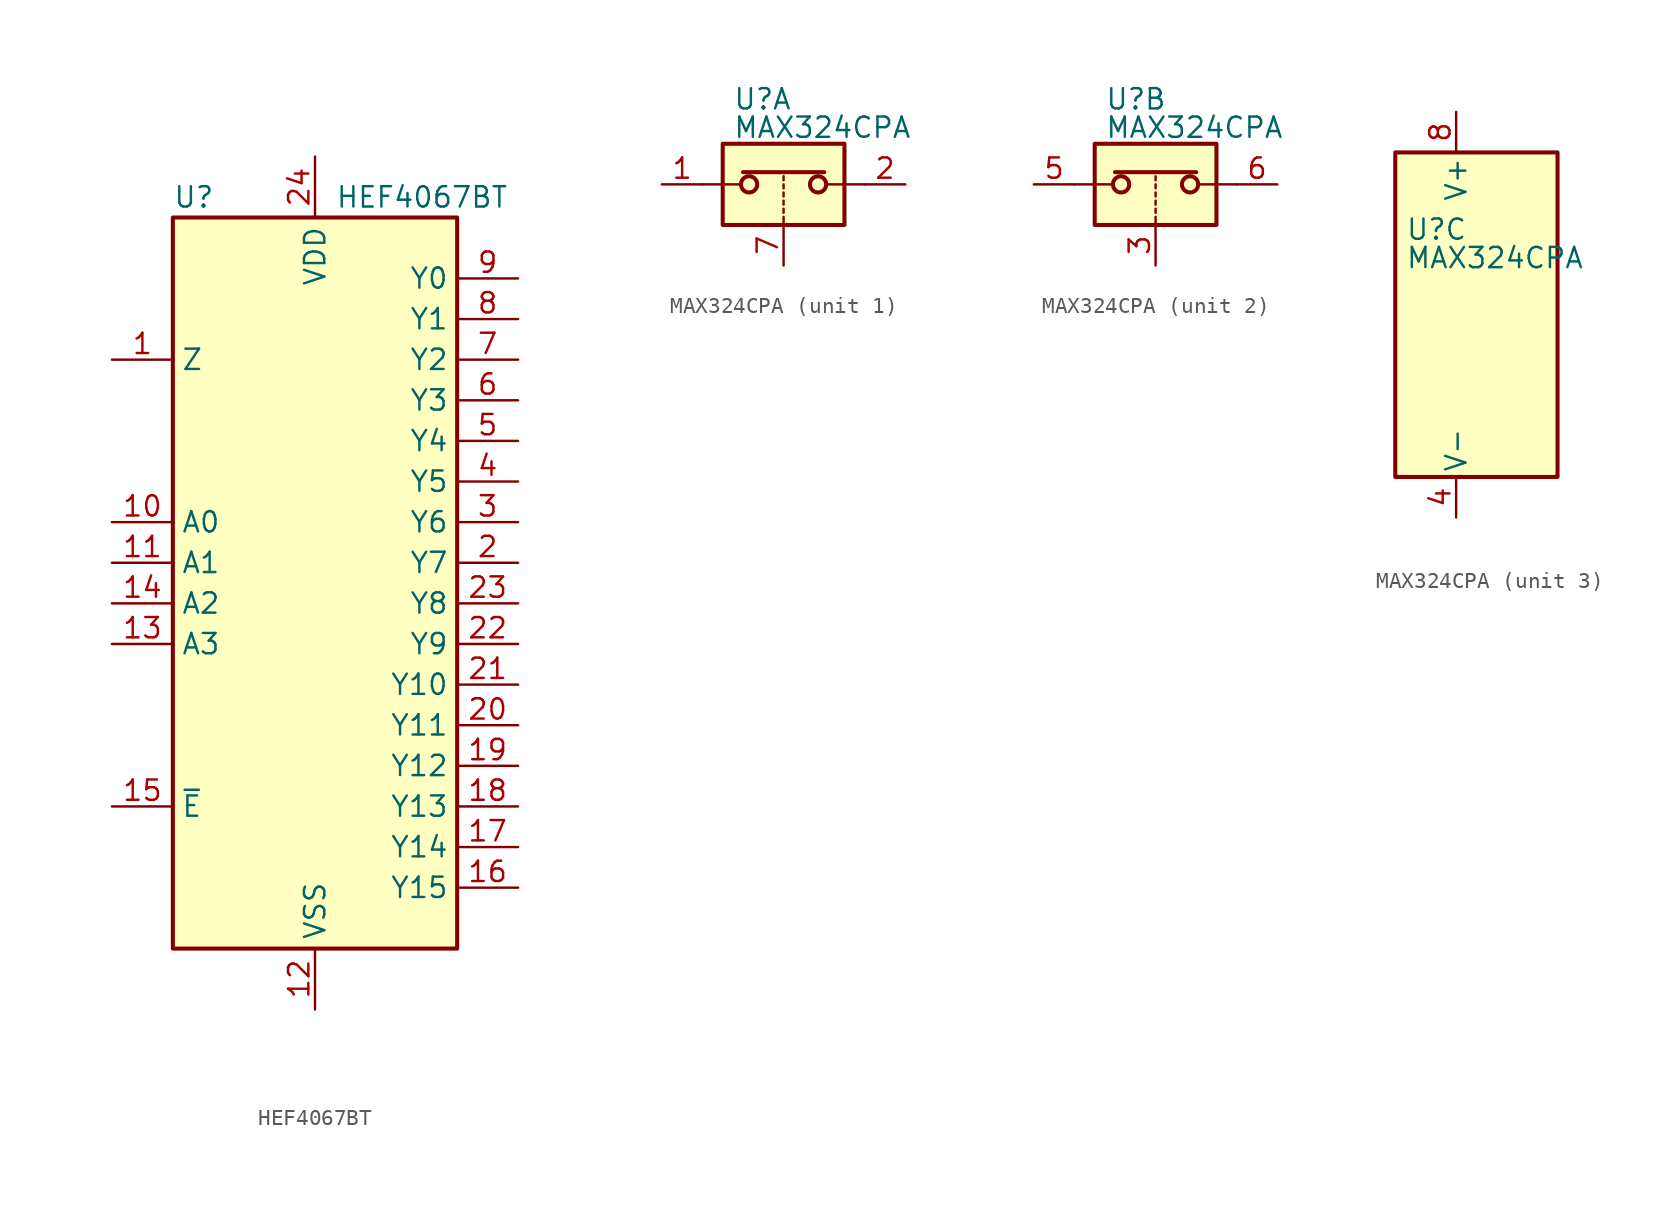
<source format=kicad_sym>
(kicad_symbol_lib
  (version 20241209)
  (generator "kicad_symbol_editor")
  (generator_version "9.0")
  (symbol "HEF4067BT"
    (property "Reference" "U"
      (at -8.89 22.86 0)
      (effects (font (size 1.27 1.27)) (justify left)))
    (property "Value" "HEF4067BT"
      (at 1.27 22.86 0)
      (effects (font (size 1.27 1.27)) (justify left)))
    (symbol "HEF4067BT_0_1"
      (rectangle (start -8.89 21.59) (end 8.89 -24.13) (stroke (width 0.254) (type default)) (fill (type background))))
    (symbol "HEF4067BT_1_1"
      (pin passive line (at -12.7 12.7 0) (length 3.81) (name "Z" (effects (font (size 1.27 1.27)))) (number "1" (effects (font (size 1.27 1.27)))))
      (pin input line (at -12.7 2.54 0) (length 3.81) (name "A0" (effects (font (size 1.27 1.27)))) (number "10" (effects (font (size 1.27 1.27)))))
      (pin input line (at -12.7 0 0) (length 3.81) (name "A1" (effects (font (size 1.27 1.27)))) (number "11" (effects (font (size 1.27 1.27)))))
      (pin input line (at -12.7 -2.54 0) (length 3.81) (name "A2" (effects (font (size 1.27 1.27)))) (number "14" (effects (font (size 1.27 1.27)))))
      (pin input line (at -12.7 -5.08 0) (length 3.81) (name "A3" (effects (font (size 1.27 1.27)))) (number "13" (effects (font (size 1.27 1.27)))))
      (pin input line (at -12.7 -15.24 0) (length 3.81) (name "~{E}" (effects (font (size 1.27 1.27)))) (number "15" (effects (font (size 1.27 1.27)))))
      (pin power_in line (at 0 25.4 270) (length 3.81) (name "VDD" (effects (font (size 1.27 1.27)))) (number "24" (effects (font (size 1.27 1.27)))))
      (pin power_in line (at 0 -27.94 90) (length 3.81) (name "VSS" (effects (font (size 1.27 1.27)))) (number "12" (effects (font (size 1.27 1.27)))))
      (pin passive line (at 12.7 17.78 180) (length 3.81) (name "Y0" (effects (font (size 1.27 1.27)))) (number "9" (effects (font (size 1.27 1.27)))))
      (pin passive line (at 12.7 15.24 180) (length 3.81) (name "Y1" (effects (font (size 1.27 1.27)))) (number "8" (effects (font (size 1.27 1.27)))))
      (pin passive line (at 12.7 12.7 180) (length 3.81) (name "Y2" (effects (font (size 1.27 1.27)))) (number "7" (effects (font (size 1.27 1.27)))))
      (pin passive line (at 12.7 10.16 180) (length 3.81) (name "Y3" (effects (font (size 1.27 1.27)))) (number "6" (effects (font (size 1.27 1.27)))))
      (pin passive line (at 12.7 7.62 180) (length 3.81) (name "Y4" (effects (font (size 1.27 1.27)))) (number "5" (effects (font (size 1.27 1.27)))))
      (pin passive line (at 12.7 5.08 180) (length 3.81) (name "Y5" (effects (font (size 1.27 1.27)))) (number "4" (effects (font (size 1.27 1.27)))))
      (pin passive line (at 12.7 2.54 180) (length 3.81) (name "Y6" (effects (font (size 1.27 1.27)))) (number "3" (effects (font (size 1.27 1.27)))))
      (pin passive line (at 12.7 0 180) (length 3.81) (name "Y7" (effects (font (size 1.27 1.27)))) (number "2" (effects (font (size 1.27 1.27)))))
      (pin passive line (at 12.7 -2.54 180) (length 3.81) (name "Y8" (effects (font (size 1.27 1.27)))) (number "23" (effects (font (size 1.27 1.27)))))
      (pin passive line (at 12.7 -5.08 180) (length 3.81) (name "Y9" (effects (font (size 1.27 1.27)))) (number "22" (effects (font (size 1.27 1.27)))))
      (pin passive line (at 12.7 -7.62 180) (length 3.81) (name "Y10" (effects (font (size 1.27 1.27)))) (number "21" (effects (font (size 1.27 1.27)))))
      (pin passive line (at 12.7 -10.16 180) (length 3.81) (name "Y11" (effects (font (size 1.27 1.27)))) (number "20" (effects (font (size 1.27 1.27)))))
      (pin passive line (at 12.7 -12.7 180) (length 3.81) (name "Y12" (effects (font (size 1.27 1.27)))) (number "19" (effects (font (size 1.27 1.27)))))
      (pin passive line (at 12.7 -15.24 180) (length 3.81) (name "Y13" (effects (font (size 1.27 1.27)))) (number "18" (effects (font (size 1.27 1.27)))))
      (pin passive line (at 12.7 -17.78 180) (length 3.81) (name "Y14" (effects (font (size 1.27 1.27)))) (number "17" (effects (font (size 1.27 1.27)))))
      (pin passive line (at 12.7 -20.32 180) (length 3.81) (name "Y15" (effects (font (size 1.27 1.27)))) (number "16" (effects (font (size 1.27 1.27)))))))
  (symbol "MAX324CPA"
    (pin_names
      (offset 0.254))
    (property "Reference" "U"
      (at -3.175 5.334 0)
      (effects (font (size 1.27 1.27)) (justify left)))
    (property "Value" "MAX324CPA"
      (at -3.175 3.556 0)
      (effects (font (size 1.27 1.27)) (justify left)))
    (symbol "MAX324CPA_1_1"
      (polyline (pts (xy -5.08 0) (xy -2.794 0)) (stroke (width 0) (type default)) (fill (type none)))
      (rectangle (start -3.81 2.54) (end 3.81 -2.54) (stroke (width 0.254) (type default)) (fill (type background)))
      (polyline (pts (xy -2.54 0.762) (xy 2.54 0.762)) (stroke (width 0.254) (type default)) (fill (type none)))
      (circle (center -2.159 0) (radius 0.508) (stroke (width 0.254) (type default)) (fill (type none)))
      (polyline (pts (xy 0 0.254) (xy 0 0.508)) (stroke (width 0) (type default)) (fill (type none)))
      (polyline (pts (xy 0 -0.254) (xy 0 0)) (stroke (width 0) (type default)) (fill (type none)))
      (polyline (pts (xy 0 -0.762) (xy 0 -0.508)) (stroke (width 0) (type default)) (fill (type none)))
      (polyline (pts (xy 0 -1.27) (xy 0 -1.016)) (stroke (width 0) (type default)) (fill (type none)))
      (polyline (pts (xy 0 -1.778) (xy 0 -1.524)) (stroke (width 0) (type default)) (fill (type none)))
      (polyline (pts (xy 0 -2.54) (xy 0 -2.032)) (stroke (width 0) (type default)) (fill (type none)))
      (circle (center 2.159 0) (radius 0.508) (stroke (width 0.254) (type default)) (fill (type none)))
      (polyline (pts (xy 5.08 0) (xy 2.794 0)) (stroke (width 0) (type default)) (fill (type none)))
      (pin passive line (at -7.62 0 0) (length 2.54) (name "~" (effects (font (size 1.27 1.27)))) (number "1" (effects (font (size 1.27 1.27)))))
      (pin input line (at 0 -5.08 90) (length 2.54) (name "~" (effects (font (size 1.27 1.27)))) (number "7" (effects (font (size 1.27 1.27)))))
      (pin passive line (at 7.62 0 180) (length 2.54) (name "~" (effects (font (size 1.27 1.27)))) (number "2" (effects (font (size 1.27 1.27))))))
    (symbol "MAX324CPA_2_1"
      (polyline (pts (xy -5.08 0) (xy -2.794 0)) (stroke (width 0) (type default)) (fill (type none)))
      (rectangle (start -3.81 2.54) (end 3.81 -2.54) (stroke (width 0.254) (type default)) (fill (type background)))
      (polyline (pts (xy -2.54 0.762) (xy 2.54 0.762)) (stroke (width 0.254) (type default)) (fill (type none)))
      (circle (center -2.159 0) (radius 0.508) (stroke (width 0.254) (type default)) (fill (type none)))
      (polyline (pts (xy 0 0.254) (xy 0 0.508)) (stroke (width 0) (type default)) (fill (type none)))
      (polyline (pts (xy 0 -0.254) (xy 0 0)) (stroke (width 0) (type default)) (fill (type none)))
      (polyline (pts (xy 0 -0.762) (xy 0 -0.508)) (stroke (width 0) (type default)) (fill (type none)))
      (polyline (pts (xy 0 -1.27) (xy 0 -1.016)) (stroke (width 0) (type default)) (fill (type none)))
      (polyline (pts (xy 0 -1.778) (xy 0 -1.524)) (stroke (width 0) (type default)) (fill (type none)))
      (polyline (pts (xy 0 -2.54) (xy 0 -2.032)) (stroke (width 0) (type default)) (fill (type none)))
      (circle (center 2.159 0) (radius 0.508) (stroke (width 0.254) (type default)) (fill (type none)))
      (polyline (pts (xy 5.08 0) (xy 2.794 0)) (stroke (width 0) (type default)) (fill (type none)))
      (pin passive line (at -7.62 0 0) (length 2.54) (name "~" (effects (font (size 1.27 1.27)))) (number "5" (effects (font (size 1.27 1.27)))))
      (pin input line (at 0 -5.08 90) (length 2.54) (name "~" (effects (font (size 1.27 1.27)))) (number "3" (effects (font (size 1.27 1.27)))))
      (pin passive line (at 7.62 0 180) (length 2.54) (name "~" (effects (font (size 1.27 1.27)))) (number "6" (effects (font (size 1.27 1.27))))))
    (symbol "MAX324CPA_3_0"
      (pin power_in line (at 0 12.7 270) (length 2.54) (name "V+" (effects (font (size 1.27 1.27)))) (number "8" (effects (font (size 1.27 1.27)))))
      (pin power_in line (at 0 -12.7 90) (length 2.54) (name "V-" (effects (font (size 1.27 1.27)))) (number "4" (effects (font (size 1.27 1.27))))))
    (symbol "MAX324CPA_3_1"
      (rectangle (start -3.81 10.16) (end 6.35 -10.16) (stroke (width 0.254) (type default)) (fill (type background))))))
</source>
